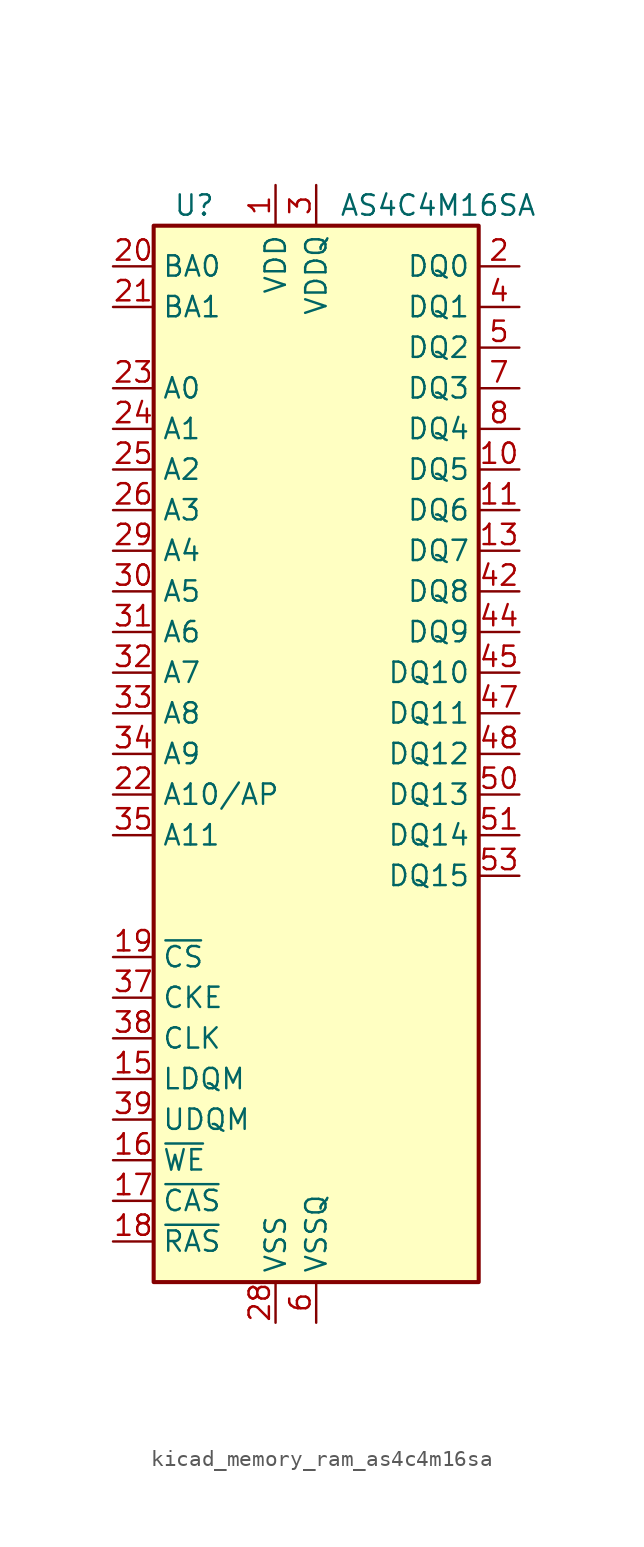
<source format=kicad_sym>
(kicad_symbol_lib
  (version 20220914)
  (generator kicad_symbol_editor)
  (symbol "kicad_memory_ram_as4c4m16sa"
    (property "Reference" "U"
      (at -7.62 34.29 0)
      (effects (font (size 1.27 1.27))))
    (property "Value" "AS4C4M16SA"
      (at 7.62 34.29 0)
      (effects (font (size 1.27 1.27))))
    (symbol "kicad_memory_ram_as4c4m16sa_0_1"
      (rectangle (start -10.16 33.02) (end 10.16 -33.02) (stroke (width 0.254) (type default)) (fill (type background))))
    (symbol "kicad_memory_ram_as4c4m16sa_1_1"
      (pin power_in line (at -2.54 35.56 270) (length 2.54) (name "VDD" (effects (font (size 1.27 1.27)))) (number "1" (effects (font (size 1.27 1.27)))))
      (pin bidirectional line (at 12.7 17.78 180) (length 2.54) (name "DQ5" (effects (font (size 1.27 1.27)))) (number "10" (effects (font (size 1.27 1.27)))))
      (pin bidirectional line (at 12.7 15.24 180) (length 2.54) (name "DQ6" (effects (font (size 1.27 1.27)))) (number "11" (effects (font (size 1.27 1.27)))))
      (pin passive line (at 0 -35.56 90) (length 2.54) hide (name "VSSQ" (effects (font (size 1.27 1.27)))) (number "12" (effects (font (size 1.27 1.27)))))
      (pin bidirectional line (at 12.7 12.7 180) (length 2.54) (name "DQ7" (effects (font (size 1.27 1.27)))) (number "13" (effects (font (size 1.27 1.27)))))
      (pin passive line (at -2.54 35.56 270) (length 2.54) hide (name "VDD" (effects (font (size 1.27 1.27)))) (number "14" (effects (font (size 1.27 1.27)))))
      (pin input line (at -12.7 -20.32 0) (length 2.54) (name "LDQM" (effects (font (size 1.27 1.27)))) (number "15" (effects (font (size 1.27 1.27)))))
      (pin input line (at -12.7 -25.4 0) (length 2.54) (name "~{WE}" (effects (font (size 1.27 1.27)))) (number "16" (effects (font (size 1.27 1.27)))))
      (pin input line (at -12.7 -27.94 0) (length 2.54) (name "~{CAS}" (effects (font (size 1.27 1.27)))) (number "17" (effects (font (size 1.27 1.27)))))
      (pin input line (at -12.7 -30.48 0) (length 2.54) (name "~{RAS}" (effects (font (size 1.27 1.27)))) (number "18" (effects (font (size 1.27 1.27)))))
      (pin input line (at -12.7 -12.7 0) (length 2.54) (name "~{CS}" (effects (font (size 1.27 1.27)))) (number "19" (effects (font (size 1.27 1.27)))))
      (pin bidirectional line (at 12.7 30.48 180) (length 2.54) (name "DQ0" (effects (font (size 1.27 1.27)))) (number "2" (effects (font (size 1.27 1.27)))))
      (pin input line (at -12.7 30.48 0) (length 2.54) (name "BA0" (effects (font (size 1.27 1.27)))) (number "20" (effects (font (size 1.27 1.27)))))
      (pin input line (at -12.7 27.94 0) (length 2.54) (name "BA1" (effects (font (size 1.27 1.27)))) (number "21" (effects (font (size 1.27 1.27)))))
      (pin input line (at -12.7 -2.54 0) (length 2.54) (name "A10/AP" (effects (font (size 1.27 1.27)))) (number "22" (effects (font (size 1.27 1.27)))))
      (pin input line (at -12.7 22.86 0) (length 2.54) (name "A0" (effects (font (size 1.27 1.27)))) (number "23" (effects (font (size 1.27 1.27)))))
      (pin input line (at -12.7 20.32 0) (length 2.54) (name "A1" (effects (font (size 1.27 1.27)))) (number "24" (effects (font (size 1.27 1.27)))))
      (pin input line (at -12.7 17.78 0) (length 2.54) (name "A2" (effects (font (size 1.27 1.27)))) (number "25" (effects (font (size 1.27 1.27)))))
      (pin input line (at -12.7 15.24 0) (length 2.54) (name "A3" (effects (font (size 1.27 1.27)))) (number "26" (effects (font (size 1.27 1.27)))))
      (pin passive line (at -2.54 35.56 270) (length 2.54) hide (name "VDD" (effects (font (size 1.27 1.27)))) (number "27" (effects (font (size 1.27 1.27)))))
      (pin power_in line (at -2.54 -35.56 90) (length 2.54) (name "VSS" (effects (font (size 1.27 1.27)))) (number "28" (effects (font (size 1.27 1.27)))))
      (pin input line (at -12.7 12.7 0) (length 2.54) (name "A4" (effects (font (size 1.27 1.27)))) (number "29" (effects (font (size 1.27 1.27)))))
      (pin power_in line (at 0 35.56 270) (length 2.54) (name "VDDQ" (effects (font (size 1.27 1.27)))) (number "3" (effects (font (size 1.27 1.27)))))
      (pin input line (at -12.7 10.16 0) (length 2.54) (name "A5" (effects (font (size 1.27 1.27)))) (number "30" (effects (font (size 1.27 1.27)))))
      (pin input line (at -12.7 7.62 0) (length 2.54) (name "A6" (effects (font (size 1.27 1.27)))) (number "31" (effects (font (size 1.27 1.27)))))
      (pin input line (at -12.7 5.08 0) (length 2.54) (name "A7" (effects (font (size 1.27 1.27)))) (number "32" (effects (font (size 1.27 1.27)))))
      (pin input line (at -12.7 2.54 0) (length 2.54) (name "A8" (effects (font (size 1.27 1.27)))) (number "33" (effects (font (size 1.27 1.27)))))
      (pin input line (at -12.7 0 0) (length 2.54) (name "A9" (effects (font (size 1.27 1.27)))) (number "34" (effects (font (size 1.27 1.27)))))
      (pin input line (at -12.7 -5.08 0) (length 2.54) (name "A11" (effects (font (size 1.27 1.27)))) (number "35" (effects (font (size 1.27 1.27)))))
      (pin no_connect line (at 10.16 -17.78 180) (length 2.54) hide (name "NC" (effects (font (size 1.27 1.27)))) (number "36" (effects (font (size 1.27 1.27)))))
      (pin input line (at -12.7 -15.24 0) (length 2.54) (name "CKE" (effects (font (size 1.27 1.27)))) (number "37" (effects (font (size 1.27 1.27)))))
      (pin input line (at -12.7 -17.78 0) (length 2.54) (name "CLK" (effects (font (size 1.27 1.27)))) (number "38" (effects (font (size 1.27 1.27)))))
      (pin input line (at -12.7 -22.86 0) (length 2.54) (name "UDQM" (effects (font (size 1.27 1.27)))) (number "39" (effects (font (size 1.27 1.27)))))
      (pin bidirectional line (at 12.7 27.94 180) (length 2.54) (name "DQ1" (effects (font (size 1.27 1.27)))) (number "4" (effects (font (size 1.27 1.27)))))
      (pin no_connect line (at 10.16 -20.32 180) (length 2.54) hide (name "NC/RFU" (effects (font (size 1.27 1.27)))) (number "40" (effects (font (size 1.27 1.27)))))
      (pin passive line (at -2.54 -35.56 90) (length 2.54) hide (name "VSS" (effects (font (size 1.27 1.27)))) (number "41" (effects (font (size 1.27 1.27)))))
      (pin bidirectional line (at 12.7 10.16 180) (length 2.54) (name "DQ8" (effects (font (size 1.27 1.27)))) (number "42" (effects (font (size 1.27 1.27)))))
      (pin passive line (at 0 35.56 270) (length 2.54) hide (name "VDDQ" (effects (font (size 1.27 1.27)))) (number "43" (effects (font (size 1.27 1.27)))))
      (pin bidirectional line (at 12.7 7.62 180) (length 2.54) (name "DQ9" (effects (font (size 1.27 1.27)))) (number "44" (effects (font (size 1.27 1.27)))))
      (pin bidirectional line (at 12.7 5.08 180) (length 2.54) (name "DQ10" (effects (font (size 1.27 1.27)))) (number "45" (effects (font (size 1.27 1.27)))))
      (pin passive line (at 0 -35.56 90) (length 2.54) hide (name "VSSQ" (effects (font (size 1.27 1.27)))) (number "46" (effects (font (size 1.27 1.27)))))
      (pin bidirectional line (at 12.7 2.54 180) (length 2.54) (name "DQ11" (effects (font (size 1.27 1.27)))) (number "47" (effects (font (size 1.27 1.27)))))
      (pin bidirectional line (at 12.7 0 180) (length 2.54) (name "DQ12" (effects (font (size 1.27 1.27)))) (number "48" (effects (font (size 1.27 1.27)))))
      (pin passive line (at 0 35.56 270) (length 2.54) hide (name "VDDQ" (effects (font (size 1.27 1.27)))) (number "49" (effects (font (size 1.27 1.27)))))
      (pin bidirectional line (at 12.7 25.4 180) (length 2.54) (name "DQ2" (effects (font (size 1.27 1.27)))) (number "5" (effects (font (size 1.27 1.27)))))
      (pin bidirectional line (at 12.7 -2.54 180) (length 2.54) (name "DQ13" (effects (font (size 1.27 1.27)))) (number "50" (effects (font (size 1.27 1.27)))))
      (pin bidirectional line (at 12.7 -5.08 180) (length 2.54) (name "DQ14" (effects (font (size 1.27 1.27)))) (number "51" (effects (font (size 1.27 1.27)))))
      (pin passive line (at 0 -35.56 90) (length 2.54) hide (name "VSSQ" (effects (font (size 1.27 1.27)))) (number "52" (effects (font (size 1.27 1.27)))))
      (pin bidirectional line (at 12.7 -7.62 180) (length 2.54) (name "DQ15" (effects (font (size 1.27 1.27)))) (number "53" (effects (font (size 1.27 1.27)))))
      (pin passive line (at -2.54 -35.56 90) (length 2.54) hide (name "VSS" (effects (font (size 1.27 1.27)))) (number "54" (effects (font (size 1.27 1.27)))))
      (pin power_in line (at 0 -35.56 90) (length 2.54) (name "VSSQ" (effects (font (size 1.27 1.27)))) (number "6" (effects (font (size 1.27 1.27)))))
      (pin bidirectional line (at 12.7 22.86 180) (length 2.54) (name "DQ3" (effects (font (size 1.27 1.27)))) (number "7" (effects (font (size 1.27 1.27)))))
      (pin bidirectional line (at 12.7 20.32 180) (length 2.54) (name "DQ4" (effects (font (size 1.27 1.27)))) (number "8" (effects (font (size 1.27 1.27)))))
      (pin passive line (at 0 35.56 270) (length 2.54) hide (name "VDDQ" (effects (font (size 1.27 1.27)))) (number "9" (effects (font (size 1.27 1.27))))))))
</source>
